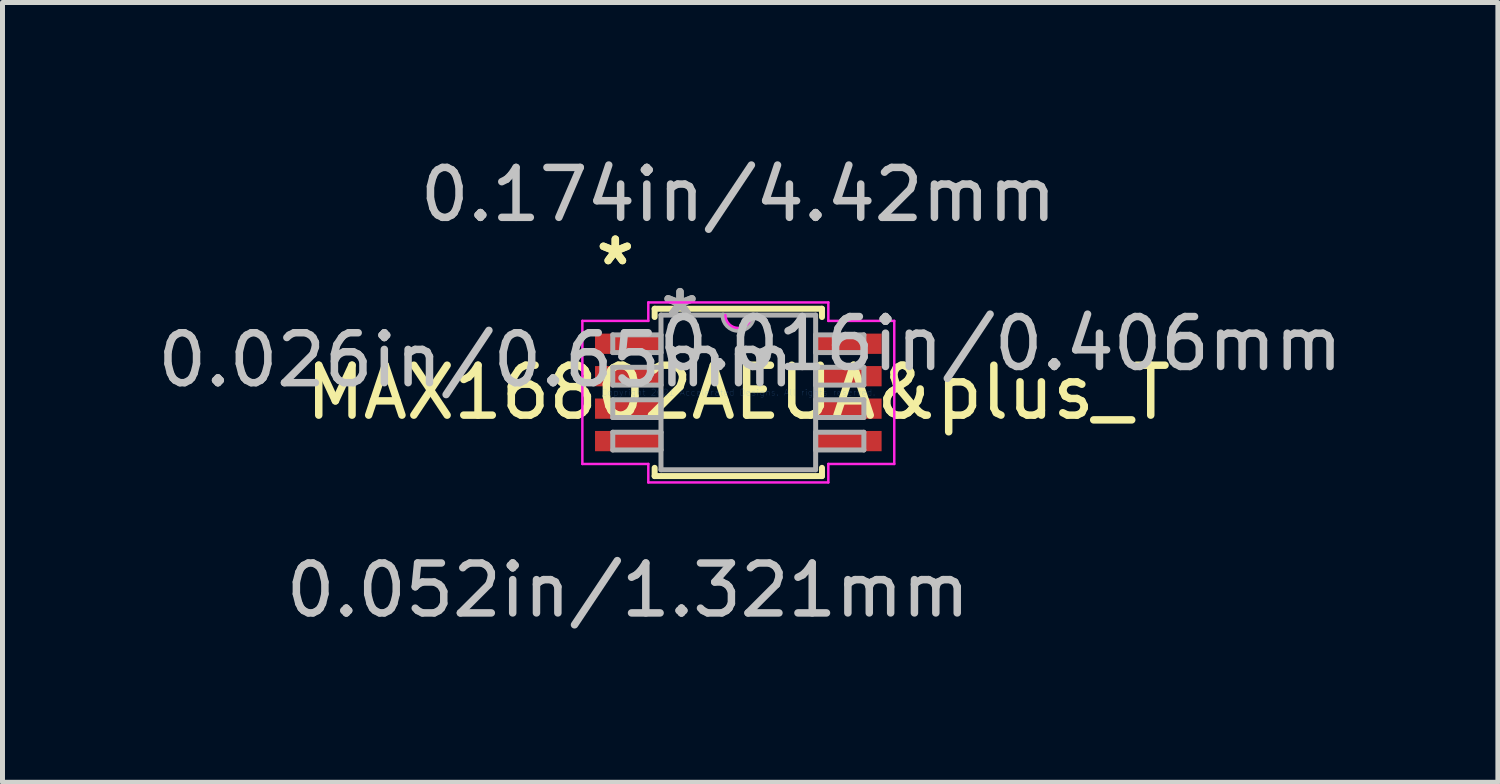
<source format=kicad_pcb>
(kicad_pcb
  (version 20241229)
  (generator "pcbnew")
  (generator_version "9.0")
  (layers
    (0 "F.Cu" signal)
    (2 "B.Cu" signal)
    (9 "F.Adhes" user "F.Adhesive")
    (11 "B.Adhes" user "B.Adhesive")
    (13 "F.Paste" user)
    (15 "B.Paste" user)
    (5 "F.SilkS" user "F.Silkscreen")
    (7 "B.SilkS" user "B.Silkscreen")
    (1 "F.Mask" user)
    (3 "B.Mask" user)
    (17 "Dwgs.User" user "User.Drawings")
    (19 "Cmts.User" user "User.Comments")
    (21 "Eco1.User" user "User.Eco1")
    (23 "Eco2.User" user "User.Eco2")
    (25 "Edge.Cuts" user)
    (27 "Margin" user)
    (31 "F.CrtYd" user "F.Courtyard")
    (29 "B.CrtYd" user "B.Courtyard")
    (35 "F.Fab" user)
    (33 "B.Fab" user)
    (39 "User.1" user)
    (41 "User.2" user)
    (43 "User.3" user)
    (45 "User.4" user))
  (footprint "MAX16802AEUA&plus_T"
    (layer "F.Cu")
    (at 11.74 4.811)
    (property "Reference" "MAX16802AEUA&plus_T" (at 0 0 0) (layer "F.SilkS") (effects (font (size 1 1) (thickness 0.15))))
    (attr through_hole)
    (fp_line (start -1.676 -1.676) (end -1.676 -1.511) (stroke (width 0.12) (type solid)) (layer "F.SilkS"))
    (fp_line (start -1.676 1.511) (end -1.676 1.676) (stroke (width 0.12) (type solid)) (layer "F.SilkS"))
    (fp_line (start -1.676 1.676) (end 1.676 1.676) (stroke (width 0.12) (type solid)) (layer "F.SilkS"))
    (fp_line (start 1.676 -1.676) (end -1.676 -1.676) (stroke (width 0.12) (type solid)) (layer "F.SilkS"))
    (fp_line (start 1.676 -1.511) (end 1.676 -1.676) (stroke (width 0.12) (type solid)) (layer "F.SilkS"))
    (fp_line (start 1.676 1.676) (end 1.676 1.511) (stroke (width 0.12) (type solid)) (layer "F.SilkS"))
    (fp_line (start -3.124 -1.433) (end -1.803 -1.433) (stroke (width 0.05) (type solid)) (layer "F.CrtYd"))
    (fp_line (start -3.124 1.433) (end -3.124 -1.433) (stroke (width 0.05) (type solid)) (layer "F.CrtYd"))
    (fp_line (start -1.803 -1.803) (end 1.803 -1.803) (stroke (width 0.05) (type solid)) (layer "F.CrtYd"))
    (fp_line (start -1.803 -1.433) (end -1.803 -1.803) (stroke (width 0.05) (type solid)) (layer "F.CrtYd"))
    (fp_line (start -1.803 1.433) (end -3.124 1.433) (stroke (width 0.05) (type solid)) (layer "F.CrtYd"))
    (fp_line (start -1.803 1.803) (end -1.803 1.433) (stroke (width 0.05) (type solid)) (layer "F.CrtYd"))
    (fp_line (start 1.803 -1.803) (end 1.803 -1.433) (stroke (width 0.05) (type solid)) (layer "F.CrtYd"))
    (fp_line (start 1.803 -1.433) (end 3.124 -1.433) (stroke (width 0.05) (type solid)) (layer "F.CrtYd"))
    (fp_line (start 1.803 1.433) (end 1.803 1.803) (stroke (width 0.05) (type solid)) (layer "F.CrtYd"))
    (fp_line (start 1.803 1.803) (end -1.803 1.803) (stroke (width 0.05) (type solid)) (layer "F.CrtYd"))
    (fp_line (start 3.124 -1.433) (end 3.124 1.433) (stroke (width 0.05) (type solid)) (layer "F.CrtYd"))
    (fp_line (start 3.124 1.433) (end 1.803 1.433) (stroke (width 0.05) (type solid)) (layer "F.CrtYd"))
    (fp_arc (start 0.258233 -1.5494) (mid 0 -1.291167) (end -0.258233 -1.5494) (stroke (width 0.05) (type solid)) (layer "F.CrtYd"))
    (fp_line (start -2.515 -1.153) (end -2.515 -0.798) (stroke (width 0.1) (type solid)) (layer "F.Fab"))
    (fp_line (start -2.515 -0.798) (end -1.549 -0.798) (stroke (width 0.1) (type solid)) (layer "F.Fab"))
    (fp_line (start -2.515 -0.503) (end -2.515 -0.147) (stroke (width 0.1) (type solid)) (layer "F.Fab"))
    (fp_line (start -2.515 -0.147) (end -1.549 -0.147) (stroke (width 0.1) (type solid)) (layer "F.Fab"))
    (fp_line (start -2.515 0.147) (end -2.515 0.503) (stroke (width 0.1) (type solid)) (layer "F.Fab"))
    (fp_line (start -2.515 0.503) (end -1.549 0.503) (stroke (width 0.1) (type solid)) (layer "F.Fab"))
    (fp_line (start -2.515 0.798) (end -2.515 1.153) (stroke (width 0.1) (type solid)) (layer "F.Fab"))
    (fp_line (start -2.515 1.153) (end -1.549 1.153) (stroke (width 0.1) (type solid)) (layer "F.Fab"))
    (fp_line (start -1.549 -1.549) (end -1.549 1.549) (stroke (width 0.1) (type solid)) (layer "F.Fab"))
    (fp_line (start -1.549 -1.153) (end -2.515 -1.153) (stroke (width 0.1) (type solid)) (layer "F.Fab"))
    (fp_line (start -1.549 -0.798) (end -1.549 -1.153) (stroke (width 0.1) (type solid)) (layer "F.Fab"))
    (fp_line (start -1.549 -0.503) (end -2.515 -0.503) (stroke (width 0.1) (type solid)) (layer "F.Fab"))
    (fp_line (start -1.549 -0.147) (end -1.549 -0.503) (stroke (width 0.1) (type solid)) (layer "F.Fab"))
    (fp_line (start -1.549 0.147) (end -2.515 0.147) (stroke (width 0.1) (type solid)) (layer "F.Fab"))
    (fp_line (start -1.549 0.503) (end -1.549 0.147) (stroke (width 0.1) (type solid)) (layer "F.Fab"))
    (fp_line (start -1.549 0.798) (end -2.515 0.798) (stroke (width 0.1) (type solid)) (layer "F.Fab"))
    (fp_line (start -1.549 1.153) (end -1.549 0.798) (stroke (width 0.1) (type solid)) (layer "F.Fab"))
    (fp_line (start -1.549 1.549) (end 1.549 1.549) (stroke (width 0.1) (type solid)) (layer "F.Fab"))
    (fp_line (start 1.549 -1.549) (end -1.549 -1.549) (stroke (width 0.1) (type solid)) (layer "F.Fab"))
    (fp_line (start 1.549 -1.153) (end 1.549 -0.798) (stroke (width 0.1) (type solid)) (layer "F.Fab"))
    (fp_line (start 1.549 -0.798) (end 2.515 -0.798) (stroke (width 0.1) (type solid)) (layer "F.Fab"))
    (fp_line (start 1.549 -0.503) (end 1.549 -0.147) (stroke (width 0.1) (type solid)) (layer "F.Fab"))
    (fp_line (start 1.549 -0.147) (end 2.515 -0.147) (stroke (width 0.1) (type solid)) (layer "F.Fab"))
    (fp_line (start 1.549 0.147) (end 1.549 0.503) (stroke (width 0.1) (type solid)) (layer "F.Fab"))
    (fp_line (start 1.549 0.503) (end 2.515 0.503) (stroke (width 0.1) (type solid)) (layer "F.Fab"))
    (fp_line (start 1.549 0.798) (end 1.549 1.153) (stroke (width 0.1) (type solid)) (layer "F.Fab"))
    (fp_line (start 1.549 1.153) (end 2.515 1.153) (stroke (width 0.1) (type solid)) (layer "F.Fab"))
    (fp_line (start 1.549 1.549) (end 1.549 -1.549) (stroke (width 0.1) (type solid)) (layer "F.Fab"))
    (fp_line (start 2.515 -1.153) (end 1.549 -1.153) (stroke (width 0.1) (type solid)) (layer "F.Fab"))
    (fp_line (start 2.515 -0.798) (end 2.515 -1.153) (stroke (width 0.1) (type solid)) (layer "F.Fab"))
    (fp_line (start 2.515 -0.503) (end 1.549 -0.503) (stroke (width 0.1) (type solid)) (layer "F.Fab"))
    (fp_line (start 2.515 -0.147) (end 2.515 -0.503) (stroke (width 0.1) (type solid)) (layer "F.Fab"))
    (fp_line (start 2.515 0.147) (end 1.549 0.147) (stroke (width 0.1) (type solid)) (layer "F.Fab"))
    (fp_line (start 2.515 0.503) (end 2.515 0.147) (stroke (width 0.1) (type solid)) (layer "F.Fab"))
    (fp_line (start 2.515 0.798) (end 1.549 0.798) (stroke (width 0.1) (type solid)) (layer "F.Fab"))
    (fp_line (start 2.515 1.153) (end 2.515 0.798) (stroke (width 0.1) (type solid)) (layer "F.Fab"))
    (fp_arc (start 0.3048 -1.5494) (mid 0 -1.2446) (end -0.3048 -1.5494) (stroke (width 0.1) (type solid)) (layer "F.Fab"))
    (fp_text user "*" (at -2.464 -2.525 0) (layer "F.SilkS") (effects (font (size 1 1) (thickness 0.15))))
    (fp_text user "*" (at -2.464 -2.525 0) (layer "F.SilkS") (effects (font (size 1 1) (thickness 0.15))))
    (fp_text user "0.016in/0.406mm" (at 5.258 -0.975 0) (layer "Dwgs.User") (effects (font (size 1 1) (thickness 0.15))))
    (fp_text user "0.026in/0.65mm" (at -5.258 -0.65 0) (layer "Dwgs.User") (effects (font (size 1 1) (thickness 0.15))))
    (fp_text user "0.174in/4.42mm" (at 0 -3.962 0) (layer "Dwgs.User") (effects (font (size 1 1) (thickness 0.15))))
    (fp_text user "0.052in/1.321mm" (at -2.21 3.962 0) (layer "Dwgs.User") (effects (font (size 1 1) (thickness 0.15))))
    (fp_text user "Copyright 2021 Accelerated Designs. All rights reserved." (at 0 0 0) (layer "Cmts.User") (effects (font (size 0.127 0.127) (thickness 0.002))))
    (fp_text user "*" (at -1.168 -1.473 0) (layer "F.Fab") (effects (font (size 1 1) (thickness 0.15))))
    (fp_text user "*" (at -1.168 -1.473 0) (layer "F.Fab") (effects (font (size 1 1) (thickness 0.15))))
    (pad "1" smd rect (at -2.21 -0.975) (size 1.321 0.406) (layers "F.Cu" "F.Mask" "F.Paste"))
    (pad "2" smd rect (at -2.21 -0.325) (size 1.321 0.406) (layers "F.Cu" "F.Mask" "F.Paste"))
    (pad "3" smd rect (at -2.21 0.325) (size 1.321 0.406) (layers "F.Cu" "F.Mask" "F.Paste"))
    (pad "4" smd rect (at -2.21 0.975) (size 1.321 0.406) (layers "F.Cu" "F.Mask" "F.Paste"))
    (pad "5" smd rect (at 2.21 0.975) (size 1.321 0.406) (layers "F.Cu" "F.Mask" "F.Paste"))
    (pad "6" smd rect (at 2.21 0.325) (size 1.321 0.406) (layers "F.Cu" "F.Mask" "F.Paste"))
    (pad "7" smd rect (at 2.21 -0.325) (size 1.321 0.406) (layers "F.Cu" "F.Mask" "F.Paste"))
    (pad "8" smd rect (at 2.21 -0.975) (size 1.321 0.406) (layers "F.Cu" "F.Mask" "F.Paste")))
  (gr_rect
    (start -3 -3)
    (end 26.956 12.621)
    (stroke (width 0.1) (type default))
    (fill no)
    (layer "Edge.Cuts")))
</source>
